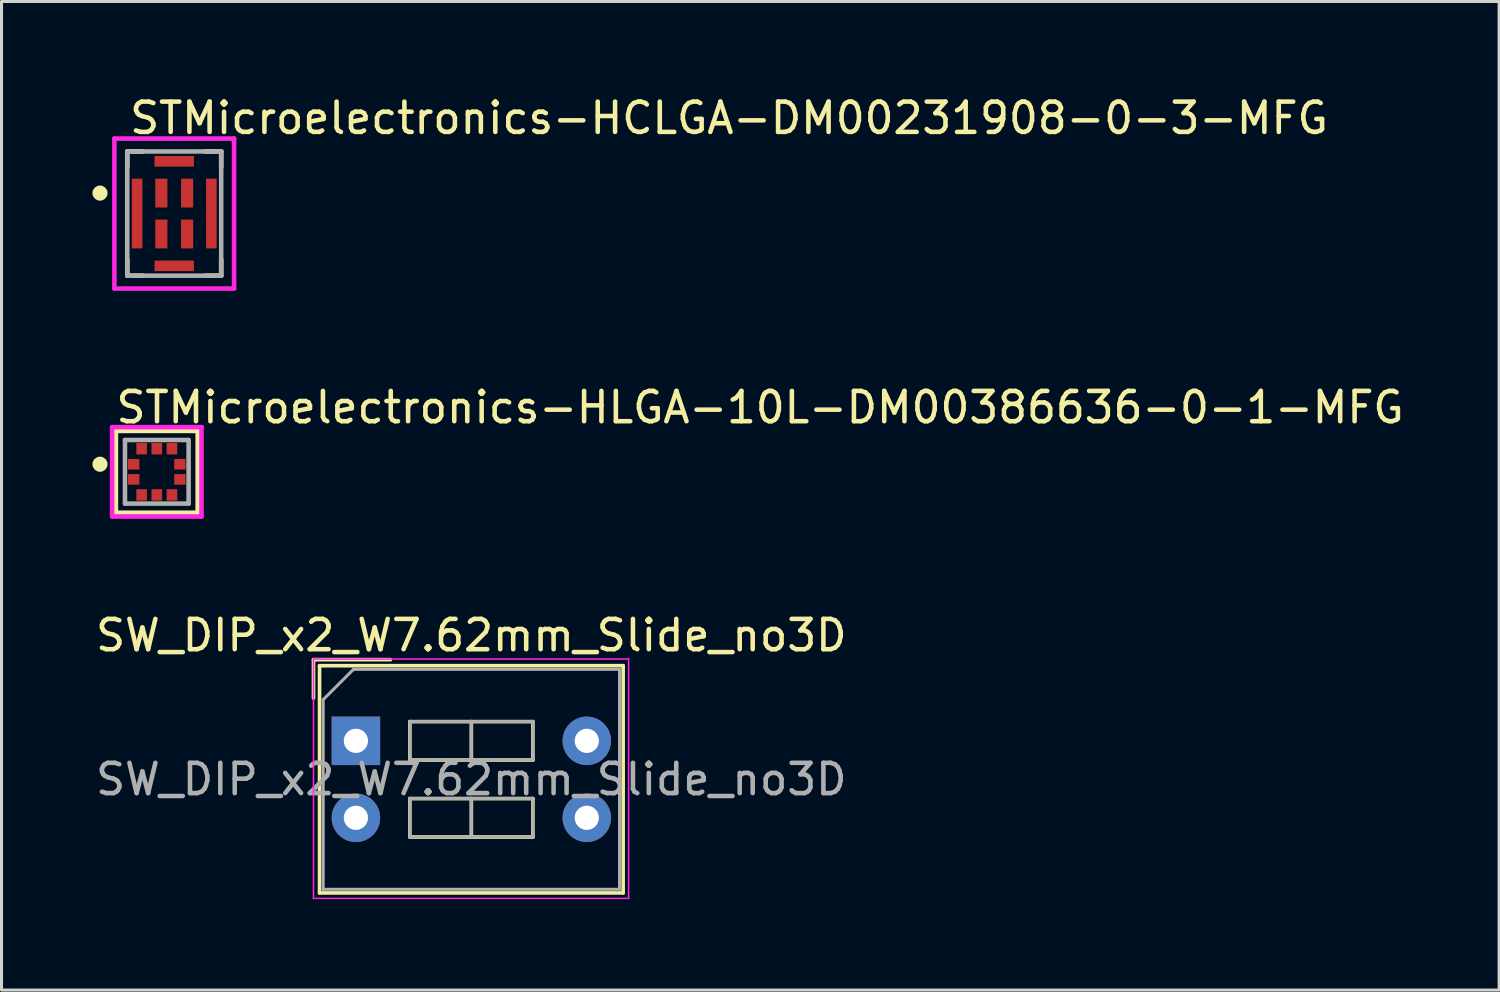
<source format=kicad_pcb>
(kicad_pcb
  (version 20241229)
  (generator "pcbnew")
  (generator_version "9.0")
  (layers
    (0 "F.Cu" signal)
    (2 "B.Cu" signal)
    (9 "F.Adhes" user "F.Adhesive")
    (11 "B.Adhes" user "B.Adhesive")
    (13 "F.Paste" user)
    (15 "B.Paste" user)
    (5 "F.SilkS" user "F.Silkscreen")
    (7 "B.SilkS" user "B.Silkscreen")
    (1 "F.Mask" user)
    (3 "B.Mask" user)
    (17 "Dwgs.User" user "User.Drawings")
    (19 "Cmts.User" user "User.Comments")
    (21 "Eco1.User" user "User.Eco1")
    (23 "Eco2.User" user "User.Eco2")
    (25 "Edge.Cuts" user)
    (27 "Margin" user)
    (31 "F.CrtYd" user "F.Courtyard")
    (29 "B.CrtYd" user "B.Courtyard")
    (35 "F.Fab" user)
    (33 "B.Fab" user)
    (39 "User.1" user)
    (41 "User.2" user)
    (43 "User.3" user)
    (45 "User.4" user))
  (footprint "SW_DIP_x2_W7.62mm_Slide_no3D"
    (layer "F.Cu")
    (at 8.696 21.4)
    (property "Reference" "SW_DIP_x2_W7.62mm_Slide_no3D" (at 3.81 -3.48 0) (layer "F.SilkS") (effects (font (size 1 1) (thickness 0.15))))
    (attr through_hole)
    (fp_line (start -1.4 -2.68) (end -1.4 -1.41) (stroke (width 0.12) (type solid)) (layer "F.SilkS"))
    (fp_line (start -1.4 -2.68) (end 1.14 -2.68) (stroke (width 0.12) (type solid)) (layer "F.SilkS"))
    (fp_line (start -1.2 -2.48) (end 8.82 -2.48) (stroke (width 0.12) (type solid)) (layer "F.SilkS"))
    (fp_line (start -1.2 5.02) (end -1.2 -2.48) (stroke (width 0.12) (type solid)) (layer "F.SilkS"))
    (fp_line (start 1.78 -0.635) (end 1.78 0.635) (stroke (width 0.12) (type solid)) (layer "F.SilkS"))
    (fp_line (start 1.78 0.635) (end 5.84 0.635) (stroke (width 0.12) (type solid)) (layer "F.SilkS"))
    (fp_line (start 1.78 1.905) (end 1.78 3.175) (stroke (width 0.12) (type solid)) (layer "F.SilkS"))
    (fp_line (start 1.78 3.175) (end 5.84 3.175) (stroke (width 0.12) (type solid)) (layer "F.SilkS"))
    (fp_line (start 3.81 -0.635) (end 3.81 0.635) (stroke (width 0.12) (type solid)) (layer "F.SilkS"))
    (fp_line (start 3.81 1.905) (end 3.81 3.175) (stroke (width 0.12) (type solid)) (layer "F.SilkS"))
    (fp_line (start 5.84 -0.635) (end 1.78 -0.635) (stroke (width 0.12) (type solid)) (layer "F.SilkS"))
    (fp_line (start 5.84 0.635) (end 5.84 -0.635) (stroke (width 0.12) (type solid)) (layer "F.SilkS"))
    (fp_line (start 5.84 1.905) (end 1.78 1.905) (stroke (width 0.12) (type solid)) (layer "F.SilkS"))
    (fp_line (start 5.84 3.175) (end 5.84 1.905) (stroke (width 0.12) (type solid)) (layer "F.SilkS"))
    (fp_line (start 8.82 -2.48) (end 8.82 5.02) (stroke (width 0.12) (type solid)) (layer "F.SilkS"))
    (fp_line (start 8.82 5.02) (end -1.2 5.02) (stroke (width 0.12) (type solid)) (layer "F.SilkS"))
    (fp_line (start -1.4 -2.7) (end -1.4 5.2) (stroke (width 0.05) (type solid)) (layer "F.CrtYd"))
    (fp_line (start -1.4 5.2) (end 9 5.2) (stroke (width 0.05) (type solid)) (layer "F.CrtYd"))
    (fp_line (start 9 -2.7) (end -1.4 -2.7) (stroke (width 0.05) (type solid)) (layer "F.CrtYd"))
    (fp_line (start 9 5.2) (end 9 -2.7) (stroke (width 0.05) (type solid)) (layer "F.CrtYd"))
    (fp_line (start -1.08 -1.36) (end -0.08 -2.36) (stroke (width 0.1) (type solid)) (layer "F.Fab"))
    (fp_line (start -1.08 4.9) (end -1.08 -1.36) (stroke (width 0.1) (type solid)) (layer "F.Fab"))
    (fp_line (start -0.08 -2.36) (end 8.7 -2.36) (stroke (width 0.1) (type solid)) (layer "F.Fab"))
    (fp_line (start 1.78 -0.635) (end 1.78 0.635) (stroke (width 0.1) (type solid)) (layer "F.Fab"))
    (fp_line (start 1.78 0.635) (end 5.84 0.635) (stroke (width 0.1) (type solid)) (layer "F.Fab"))
    (fp_line (start 1.78 1.905) (end 1.78 3.175) (stroke (width 0.1) (type solid)) (layer "F.Fab"))
    (fp_line (start 1.78 3.175) (end 5.84 3.175) (stroke (width 0.1) (type solid)) (layer "F.Fab"))
    (fp_line (start 3.81 -0.635) (end 3.81 0.635) (stroke (width 0.1) (type solid)) (layer "F.Fab"))
    (fp_line (start 3.81 1.905) (end 3.81 3.175) (stroke (width 0.1) (type solid)) (layer "F.Fab"))
    (fp_line (start 5.84 -0.635) (end 1.78 -0.635) (stroke (width 0.1) (type solid)) (layer "F.Fab"))
    (fp_line (start 5.84 0.635) (end 5.84 -0.635) (stroke (width 0.1) (type solid)) (layer "F.Fab"))
    (fp_line (start 5.84 1.905) (end 1.78 1.905) (stroke (width 0.1) (type solid)) (layer "F.Fab"))
    (fp_line (start 5.84 3.175) (end 5.84 1.905) (stroke (width 0.1) (type solid)) (layer "F.Fab"))
    (fp_line (start 8.7 -2.36) (end 8.7 4.9) (stroke (width 0.1) (type solid)) (layer "F.Fab"))
    (fp_line (start 8.7 4.9) (end -1.08 4.9) (stroke (width 0.1) (type solid)) (layer "F.Fab"))
    (fp_text user "${REFERENCE}" (at 3.81 1.27 0) (layer "F.Fab") (effects (font (size 1 1) (thickness 0.15))))
    (pad "1" thru_hole rect (at 0 0) (size 1.6 1.6) (drill 0.8) (layers "*.Cu" "*.Mask"))
    (pad "2" thru_hole oval (at 0 2.54) (size 1.6 1.6) (drill 0.8) (layers "*.Cu" "*.Mask"))
    (pad "3" thru_hole oval (at 7.62 2.54) (size 1.6 1.6) (drill 0.8) (layers "*.Cu" "*.Mask"))
    (pad "4" thru_hole oval (at 7.62 0) (size 1.6 1.6) (drill 0.8) (layers "*.Cu" "*.Mask")))
  (footprint "STMicroelectronics-HCLGA-DM00231908-0-3-MFG"
    (layer "F.Cu")
    (at 2.7 3.998)
    (property "Reference" "STMicroelectronics-HCLGA-DM00231908-0-3-MFG" (at -1.55 -3.15 0) (layer "F.SilkS") (effects (font (size 1 1) (thickness 0.15)) (justify left)))
    (attr through_hole)
    (fp_line (start -1.55 -2.05) (end -1.025 -2.05) (stroke (width 0.15) (type solid)) (layer "F.SilkS"))
    (fp_line (start -1.55 -1.525) (end -1.55 -2.05) (stroke (width 0.15) (type solid)) (layer "F.SilkS"))
    (fp_line (start -1.55 2.05) (end -1.55 1.525) (stroke (width 0.15) (type solid)) (layer "F.SilkS"))
    (fp_line (start -1.55 2.05) (end -1.025 2.05) (stroke (width 0.15) (type solid)) (layer "F.SilkS"))
    (fp_line (start 1.025 -2.05) (end 1.55 -2.05) (stroke (width 0.15) (type solid)) (layer "F.SilkS"))
    (fp_line (start 1.025 2.05) (end 1.55 2.05) (stroke (width 0.15) (type solid)) (layer "F.SilkS"))
    (fp_line (start 1.55 -1.525) (end 1.55 -2.05) (stroke (width 0.15) (type solid)) (layer "F.SilkS"))
    (fp_line (start 1.55 2.05) (end 1.55 1.525) (stroke (width 0.15) (type solid)) (layer "F.SilkS"))
    (fp_circle (center -2.45 -0.675) (end -2.325 -0.675) (stroke (width 0.25) (type solid)) (fill no) (layer "F.SilkS"))
    (fp_line (start -1.975 -2.475) (end -1.975 2.475) (stroke (width 0.15) (type solid)) (layer "F.CrtYd"))
    (fp_line (start -1.975 2.475) (end 1.975 2.475) (stroke (width 0.15) (type solid)) (layer "F.CrtYd"))
    (fp_line (start 1.975 -2.475) (end -1.975 -2.475) (stroke (width 0.15) (type solid)) (layer "F.CrtYd"))
    (fp_line (start 1.975 -2.475) (end 1.975 -2.475) (stroke (width 0.15) (type solid)) (layer "F.CrtYd"))
    (fp_line (start 1.975 2.475) (end 1.975 -2.475) (stroke (width 0.15) (type solid)) (layer "F.CrtYd"))
    (fp_line (start -1.55 -2.05) (end 1.55 -2.05) (stroke (width 0.15) (type solid)) (layer "F.Fab"))
    (fp_line (start -1.55 2.05) (end -1.55 -2.05) (stroke (width 0.15) (type solid)) (layer "F.Fab"))
    (fp_line (start 1.55 -2.05) (end 1.55 2.05) (stroke (width 0.15) (type solid)) (layer "F.Fab"))
    (fp_line (start 1.55 2.05) (end -1.55 2.05) (stroke (width 0.15) (type solid)) (layer "F.Fab"))
    (pad "1" smd rect (at -0.425 -0.675) (size 0.4 0.95) (layers "F.Cu" "F.Mask" "F.Paste"))
    (pad "2" smd rect (at -0.425 0.675) (size 0.4 0.95) (layers "F.Cu" "F.Mask" "F.Paste"))
    (pad "3" smd rect (at 0.425 0.675) (size 0.4 0.95) (layers "F.Cu" "F.Mask" "F.Paste"))
    (pad "4" smd rect (at 0.425 -0.675) (size 0.4 0.95) (layers "F.Cu" "F.Mask" "F.Paste"))
    (pad "5" smd rect (at -1.225 0) (size 0.35 2.3) (layers "F.Cu" "F.Mask" "F.Paste"))
    (pad "5" smd rect (at 0 -1.725) (size 1.3 0.35) (layers "F.Cu" "F.Mask" "F.Paste"))
    (pad "5" smd rect (at 0 1.725) (size 1.3 0.35) (layers "F.Cu" "F.Mask" "F.Paste"))
    (pad "5" smd rect (at 1.225 0) (size 0.35 2.3) (layers "F.Cu" "F.Mask" "F.Paste")))
  (footprint "STMicroelectronics-HLGA-10L-DM00386636-0-1-MFG"
    (layer "F.Cu")
    (at 2.125 12.521)
    (property "Reference" "STMicroelectronics-HLGA-10L-DM00386636-0-1-MFG" (at -1.425 -2.125 0) (layer "F.SilkS") (effects (font (size 1 1) (thickness 0.15)) (justify left)))
    (attr through_hole)
    (fp_line (start -1.35 -1.35) (end 1.35 -1.35) (stroke (width 0.15) (type solid)) (layer "F.SilkS"))
    (fp_line (start -1.35 1.35) (end -1.35 -1.35) (stroke (width 0.15) (type solid)) (layer "F.SilkS"))
    (fp_line (start -1.35 1.35) (end 1.35 1.35) (stroke (width 0.15) (type solid)) (layer "F.SilkS"))
    (fp_line (start 1.35 1.35) (end 1.35 -1.35) (stroke (width 0.15) (type solid)) (layer "F.SilkS"))
    (fp_circle (center -1.875 -0.25) (end -1.75 -0.25) (stroke (width 0.25) (type solid)) (fill no) (layer "F.SilkS"))
    (fp_line (start -1.475 -1.475) (end -1.475 1.475) (stroke (width 0.15) (type solid)) (layer "F.CrtYd"))
    (fp_line (start -1.475 1.475) (end 1.475 1.475) (stroke (width 0.15) (type solid)) (layer "F.CrtYd"))
    (fp_line (start 1.475 -1.475) (end -1.475 -1.475) (stroke (width 0.15) (type solid)) (layer "F.CrtYd"))
    (fp_line (start 1.475 -1.475) (end 1.475 -1.475) (stroke (width 0.15) (type solid)) (layer "F.CrtYd"))
    (fp_line (start 1.475 1.475) (end 1.475 -1.475) (stroke (width 0.15) (type solid)) (layer "F.CrtYd"))
    (fp_line (start -1.05 -1.05) (end 1.05 -1.05) (stroke (width 0.15) (type solid)) (layer "F.Fab"))
    (fp_line (start -1.05 1.05) (end -1.05 -1.05) (stroke (width 0.15) (type solid)) (layer "F.Fab"))
    (fp_line (start 1.05 -1.05) (end 1.05 1.05) (stroke (width 0.15) (type solid)) (layer "F.Fab"))
    (fp_line (start 1.05 1.05) (end -1.05 1.05) (stroke (width 0.15) (type solid)) (layer "F.Fab"))
    (pad "1" smd rect (at -0.762 -0.25) (size 0.375 0.35) (layers "F.Cu" "F.Mask" "F.Paste"))
    (pad "2" smd rect (at -0.762 0.25) (size 0.375 0.35) (layers "F.Cu" "F.Mask" "F.Paste"))
    (pad "3" smd rect (at -0.5 0.762) (size 0.35 0.375) (layers "F.Cu" "F.Mask" "F.Paste"))
    (pad "4" smd rect (at 0 0.762) (size 0.35 0.375) (layers "F.Cu" "F.Mask" "F.Paste"))
    (pad "5" smd rect (at 0.5 0.762) (size 0.35 0.375) (layers "F.Cu" "F.Mask" "F.Paste"))
    (pad "6" smd rect (at 0.762 0.25) (size 0.375 0.35) (layers "F.Cu" "F.Mask" "F.Paste"))
    (pad "7" smd rect (at 0.762 -0.25) (size 0.375 0.35) (layers "F.Cu" "F.Mask" "F.Paste"))
    (pad "8" smd rect (at 0.5 -0.762) (size 0.35 0.375) (layers "F.Cu" "F.Mask" "F.Paste"))
    (pad "9" smd rect (at 0 -0.762) (size 0.35 0.375) (layers "F.Cu" "F.Mask" "F.Paste"))
    (pad "10" smd rect (at -0.5 -0.762) (size 0.35 0.375) (layers "F.Cu" "F.Mask" "F.Paste")))
  (gr_rect
    (start -3 -3)
    (end 46.426 29.625)
    (stroke (width 0.1) (type default))
    (fill no)
    (layer "Edge.Cuts")))
</source>
